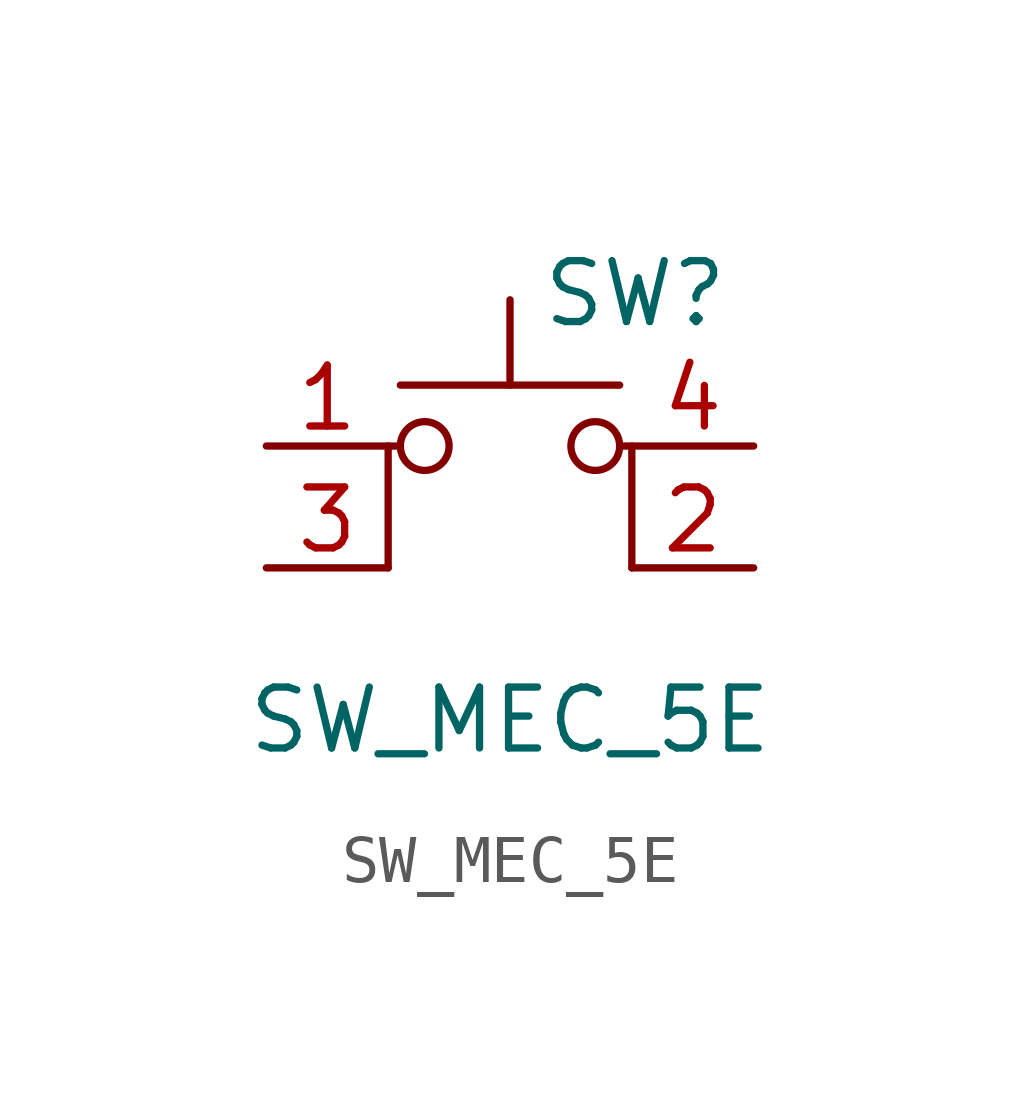
<source format=kicad_sym>
(kicad_symbol_lib
  (version 20231120)
  (generator "kicad_symbol_editor")
  (generator_version "8.0")
  (symbol "SW_MEC_5E"
    (pin_names
      (offset 1.016) hide)
    (property "Reference" "SW"
      (at 0.635 5.715 0)
      (effects (font (size 1.27 1.27)) (justify left)))
    (property "Value" "SW_MEC_5E"
      (at 0 -3.175 0)
      (effects (font (size 1.27 1.27))))
    (symbol "SW_MEC_5E_0_1"
      (circle (center -1.778 2.54) (radius 0.508) (stroke (width 0) (type default)) (fill (type none)))
      (polyline (pts (xy -2.286 3.81) (xy 2.286 3.81)) (stroke (width 0) (type default)) (fill (type none)))
      (polyline (pts (xy 0 3.81) (xy 0 5.588)) (stroke (width 0) (type default)) (fill (type none)))
      (polyline (pts (xy -2.54 0) (xy -2.54 2.54) (xy -2.286 2.54)) (stroke (width 0) (type default)) (fill (type none)))
      (polyline (pts (xy 2.54 0) (xy 2.54 2.54) (xy 2.286 2.54)) (stroke (width 0) (type default)) (fill (type none)))
      (circle (center 1.778 2.54) (radius 0.508) (stroke (width 0) (type default)) (fill (type none)))
      (pin passive line (at -5.08 2.54 0) (length 2.54) (name "1" (effects (font (size 1.27 1.27)))) (number "1" (effects (font (size 1.27 1.27)))))
      (pin passive line (at 5.08 2.54 180) (length 2.54) (name "A" (effects (font (size 1.27 1.27)))) (number "4" (effects (font (size 1.27 1.27))))))
    (symbol "SW_MEC_5E_1_1"
      (pin passive line (at 5.08 0 180) (length 2.54) (name "2" (effects (font (size 1.27 1.27)))) (number "2" (effects (font (size 1.27 1.27)))))
      (pin passive line (at -5.08 0 0) (length 2.54) (name "3" (effects (font (size 1.27 1.27)))) (number "3" (effects (font (size 1.27 1.27))))))))
</source>
